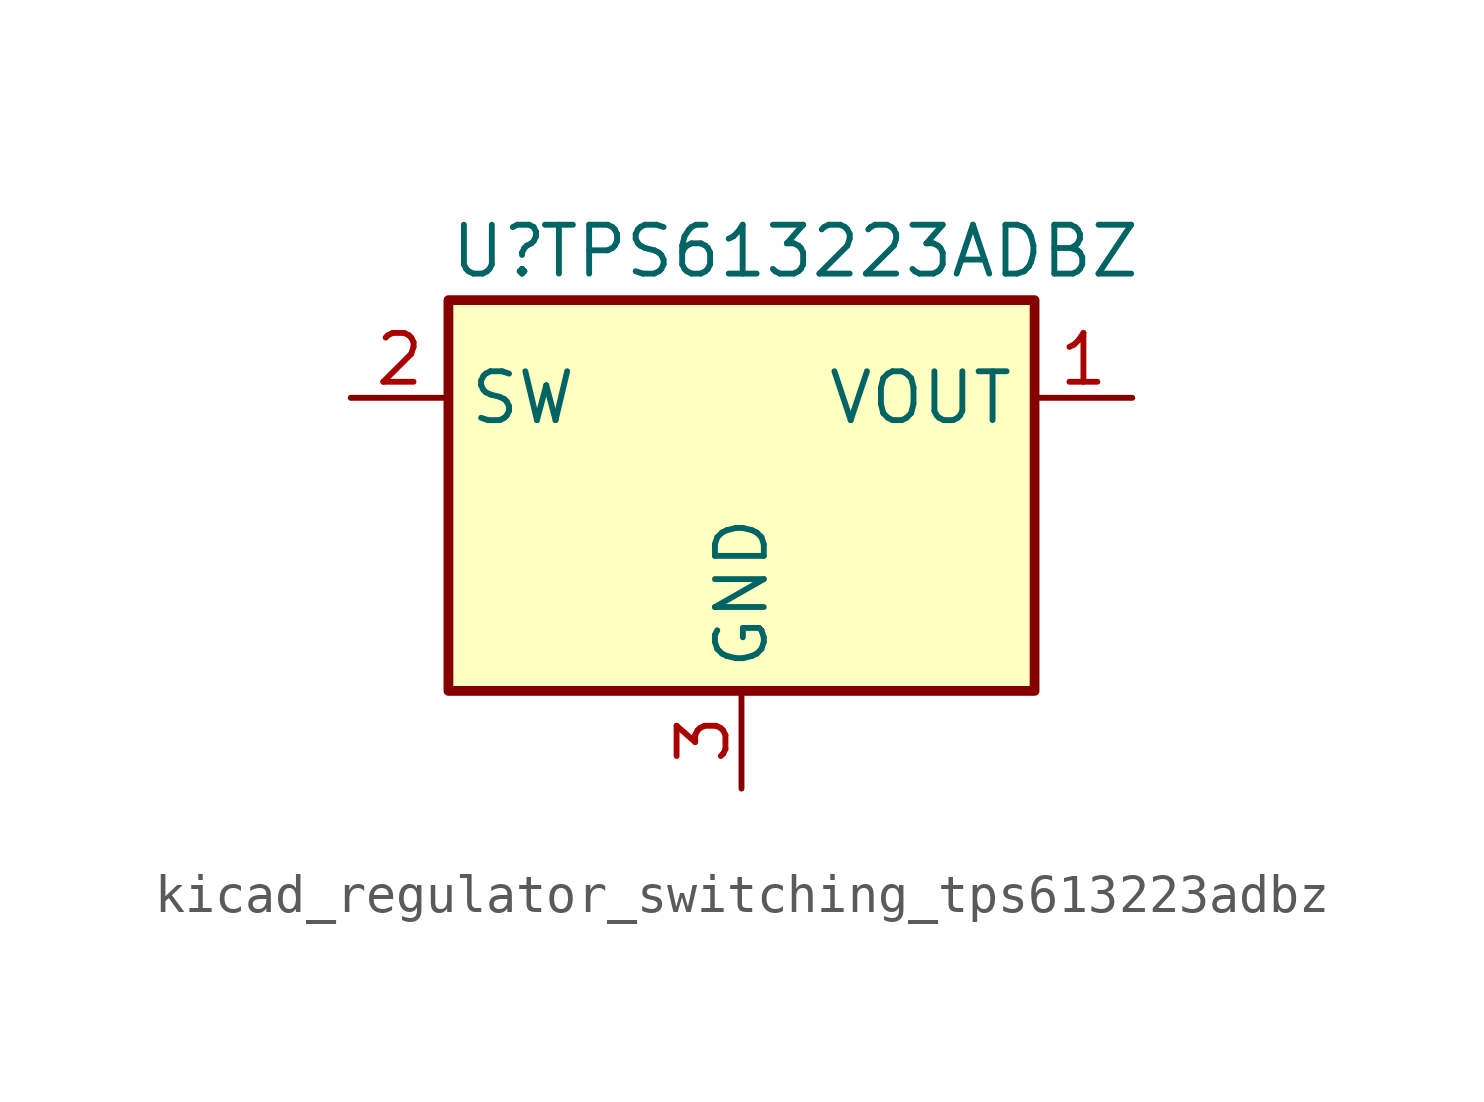
<source format=kicad_sym>
(kicad_symbol_lib
  (version 20220914)
  (generator kicad_symbol_editor)
  (symbol "kicad_regulator_switching_tps613223adbz"
    (property "Reference" "U"
      (at -7.62 6.35 0)
      (effects (font (size 1.27 1.27)) (justify left)))
    (property "Value" "TPS613223ADBZ"
      (at 2.54 6.35 0)
      (effects (font (size 1.27 1.27))))
    (symbol "kicad_regulator_switching_tps613223adbz_0_1"
      (rectangle (start -7.62 5.08) (end 7.62 -5.08) (stroke (width 0.254) (type default)) (fill (type background))))
    (symbol "kicad_regulator_switching_tps613223adbz_1_1"
      (pin power_out line (at 10.16 2.54 180) (length 2.54) (name "VOUT" (effects (font (size 1.27 1.27)))) (number "1" (effects (font (size 1.27 1.27)))))
      (pin power_in line (at -10.16 2.54 0) (length 2.54) (name "SW" (effects (font (size 1.27 1.27)))) (number "2" (effects (font (size 1.27 1.27)))))
      (pin power_in line (at 0 -7.62 90) (length 2.54) (name "GND" (effects (font (size 1.27 1.27)))) (number "3" (effects (font (size 1.27 1.27))))))))
</source>
